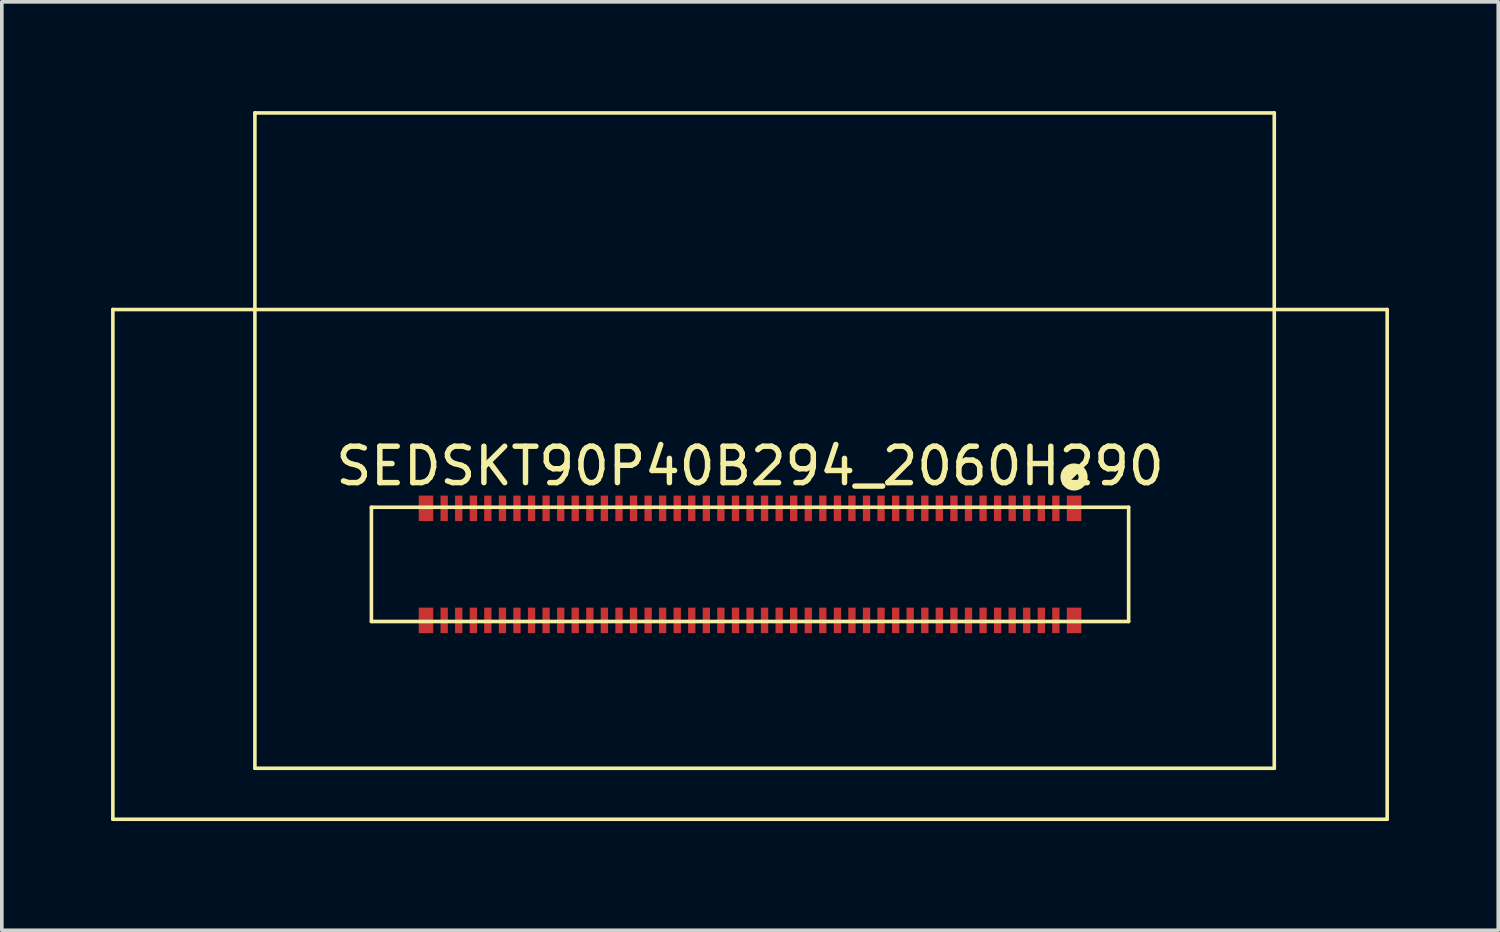
<source format=kicad_pcb>
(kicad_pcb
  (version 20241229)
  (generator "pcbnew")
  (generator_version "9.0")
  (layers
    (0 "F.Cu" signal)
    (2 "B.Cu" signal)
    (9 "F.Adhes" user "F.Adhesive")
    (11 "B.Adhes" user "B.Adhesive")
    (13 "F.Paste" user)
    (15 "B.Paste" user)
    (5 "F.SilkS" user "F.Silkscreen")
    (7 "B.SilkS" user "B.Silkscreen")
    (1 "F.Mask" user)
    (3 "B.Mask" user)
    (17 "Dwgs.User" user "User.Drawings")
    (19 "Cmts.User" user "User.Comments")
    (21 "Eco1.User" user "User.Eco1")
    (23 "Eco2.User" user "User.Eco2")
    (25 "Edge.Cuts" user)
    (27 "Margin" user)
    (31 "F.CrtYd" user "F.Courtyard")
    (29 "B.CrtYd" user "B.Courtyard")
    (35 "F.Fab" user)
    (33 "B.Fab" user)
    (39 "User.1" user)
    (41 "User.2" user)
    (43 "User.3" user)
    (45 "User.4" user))
  (footprint "SEDSKT90P40B294_2060H290"
    (layer "F.Cu")
    (at 17.55 9.751)
    (property "Reference" "SEDSKT90P40B294_2060H290" (at 0 0 0) (layer "F.SilkS") (effects (font (size 1 1) (thickness 0.15))))
    (fp_line (start -17.5 9.7) (end -17.5 -4.3) (stroke (width 0.099) (type default)) (layer "F.SilkS"))
    (fp_line (start -13.599 8.3) (end -13.599 -9.7) (stroke (width 0.099) (type default)) (layer "F.SilkS"))
    (fp_line (start -10.399 4.269) (end -10.399 1.131) (stroke (width 0.099) (type default)) (layer "F.SilkS"))
    (fp_line (start 10.399 1.131) (end -10.399 1.131) (stroke (width 0.099) (type default)) (layer "F.SilkS"))
    (fp_line (start 10.399 4.269) (end -10.399 4.269) (stroke (width 0.099) (type default)) (layer "F.SilkS"))
    (fp_line (start 10.399 4.269) (end 10.399 1.131) (stroke (width 0.099) (type default)) (layer "F.SilkS"))
    (fp_line (start 14.399 -9.7) (end -13.599 -9.7) (stroke (width 0.099) (type default)) (layer "F.SilkS"))
    (fp_line (start 14.399 -4.3) (end 14.399 -9.7) (stroke (width 0.099) (type default)) (layer "F.SilkS"))
    (fp_line (start 14.399 8.3) (end -13.599 8.3) (stroke (width 0.099) (type default)) (layer "F.SilkS"))
    (fp_line (start 14.399 8.3) (end 14.399 -4.3) (stroke (width 0.099) (type default)) (layer "F.SilkS"))
    (fp_line (start 17.5 -4.3) (end -17.5 -4.3) (stroke (width 0.099) (type default)) (layer "F.SilkS"))
    (fp_line (start 17.5 9.7) (end -17.5 9.7) (stroke (width 0.099) (type default)) (layer "F.SilkS"))
    (fp_line (start 17.5 9.7) (end 17.5 -4.3) (stroke (width 0.099) (type default)) (layer "F.SilkS"))
    (fp_circle (center 8.9 0.3) (end 9.149 0.3) (stroke (width 0.249) (type default)) (fill no) (layer "F.SilkS"))
    (fp_line (start -11.399 5.59) (end -11.399 -0.191) (stroke (width 0.025) (type default)) (layer "User.1"))
    (fp_line (start 11.399 -0.191) (end -11.399 -0.191) (stroke (width 0.025) (type default)) (layer "User.1"))
    (fp_line (start 11.399 5.59) (end -11.399 5.59) (stroke (width 0.025) (type default)) (layer "User.1"))
    (fp_line (start 11.399 5.59) (end 11.399 -0.191) (stroke (width 0.025) (type default)) (layer "User.1"))
    (fp_poly (pts (xy -10.399 1.131) (xy -10.399 4.269) (xy 10.399 4.269) (xy 10.399 1.131)) (stroke (width 0.1) (type default)) (fill no) (layer "User.1"))
    (fp_poly (pts (xy -10.399 1.131) (xy -10.399 4.269) (xy 10.399 4.269) (xy 10.399 1.131)) (stroke (width 0.1) (type default)) (fill no) (layer "User.1"))
    (fp_poly (pts (xy 14.399 -4.351) (xy 14.399 -9.7) (xy -13.599 -9.7) (xy -13.599 -4.351)) (stroke (width 0.1) (type default)) (fill no) (layer "User.1"))
    (fp_poly (pts (xy 14.399 -4.351) (xy 14.399 -9.7) (xy -13.599 -9.7) (xy -13.599 -4.351)) (stroke (width 0.1) (type default)) (fill no) (layer "User.1"))
    (fp_poly (pts (xy -17.5 9.7) (xy 17.5 9.7) (xy 17.5 -4.3) (xy -11.351 -4.3) (xy -11.351 -0.249) (xy 11.45 -0.249) (xy 11.45 5.649) (xy -11.45 5.649) (xy -11.45 -4.3) (xy -17.5 -4.3)) (stroke (width 0.1) (type default)) (fill no) (layer "User.1"))
    (fp_poly (pts (xy -17.5 9.7) (xy 17.5 9.7) (xy 17.5 -4.3) (xy -11.351 -4.3) (xy -11.351 -0.249) (xy 11.45 -0.249) (xy 11.45 5.649) (xy -11.45 5.649) (xy -11.45 -4.3) (xy -17.5 -4.3)) (stroke (width 0.1) (type default)) (fill no) (layer "User.1"))
    (fp_poly (pts (xy -11.399 -0.191) (xy -11.399 5.59) (xy 10.31 5.59) (xy 10.31 4.269) (xy -10.399 4.269) (xy -10.399 1.131) (xy 10.399 1.131) (xy 10.399 5.59) (xy 11.399 5.59) (xy 11.399 -0.191)) (stroke (width 0.1) (type default)) (fill no) (layer "User.1"))
    (fp_poly (pts (xy -11.399 -0.191) (xy -11.399 5.59) (xy 10.31 5.59) (xy 10.31 4.269) (xy -10.399 4.269) (xy -10.399 1.131) (xy 10.399 1.131) (xy 10.399 5.59) (xy 11.399 5.59) (xy 11.399 -0.191)) (stroke (width 0.1) (type default)) (fill no) (layer "User.1"))
    (pad "1" smd rect (at 8.9 1.161 90) (size 0.701 0.399) (layers "F.Cu" "F.Mask" "F.Paste"))
    (pad "2" smd rect (at 8.9 4.239 90) (size 0.701 0.399) (layers "F.Cu" "F.Mask" "F.Paste"))
    (pad "3" smd rect (at 8.4 1.161 90) (size 0.701 0.201) (layers "F.Cu" "F.Mask" "F.Paste"))
    (pad "4" smd rect (at 8.4 4.239 90) (size 0.701 0.201) (layers "F.Cu" "F.Mask" "F.Paste"))
    (pad "5" smd rect (at 8.001 1.161 90) (size 0.701 0.201) (layers "F.Cu" "F.Mask" "F.Paste"))
    (pad "6" smd rect (at 8.001 4.239 90) (size 0.701 0.201) (layers "F.Cu" "F.Mask" "F.Paste"))
    (pad "7" smd rect (at 7.599 1.161 90) (size 0.701 0.201) (layers "F.Cu" "F.Mask" "F.Paste"))
    (pad "8" smd rect (at 7.599 4.239 90) (size 0.701 0.201) (layers "F.Cu" "F.Mask" "F.Paste"))
    (pad "9" smd rect (at 7.201 1.161 90) (size 0.701 0.201) (layers "F.Cu" "F.Mask" "F.Paste"))
    (pad "10" smd rect (at 7.201 4.239 90) (size 0.701 0.201) (layers "F.Cu" "F.Mask" "F.Paste"))
    (pad "11" smd rect (at 6.8 1.161 90) (size 0.701 0.201) (layers "F.Cu" "F.Mask" "F.Paste"))
    (pad "12" smd rect (at 6.8 4.239 90) (size 0.701 0.201) (layers "F.Cu" "F.Mask" "F.Paste"))
    (pad "13" smd rect (at 6.401 1.161 90) (size 0.701 0.201) (layers "F.Cu" "F.Mask" "F.Paste"))
    (pad "14" smd rect (at 6.401 4.239 90) (size 0.701 0.201) (layers "F.Cu" "F.Mask" "F.Paste"))
    (pad "15" smd rect (at 6 1.161 90) (size 0.701 0.201) (layers "F.Cu" "F.Mask" "F.Paste"))
    (pad "16" smd rect (at 6 4.239 90) (size 0.701 0.201) (layers "F.Cu" "F.Mask" "F.Paste"))
    (pad "17" smd rect (at 5.601 1.161 90) (size 0.701 0.201) (layers "F.Cu" "F.Mask" "F.Paste"))
    (pad "18" smd rect (at 5.601 4.239 90) (size 0.701 0.201) (layers "F.Cu" "F.Mask" "F.Paste"))
    (pad "19" smd rect (at 5.199 1.161 90) (size 0.701 0.201) (layers "F.Cu" "F.Mask" "F.Paste"))
    (pad "20" smd rect (at 5.199 4.239 90) (size 0.701 0.201) (layers "F.Cu" "F.Mask" "F.Paste"))
    (pad "21" smd rect (at 4.801 1.161 90) (size 0.701 0.201) (layers "F.Cu" "F.Mask" "F.Paste"))
    (pad "22" smd rect (at 4.801 4.239 90) (size 0.701 0.201) (layers "F.Cu" "F.Mask" "F.Paste"))
    (pad "23" smd rect (at 4.399 1.161 90) (size 0.701 0.201) (layers "F.Cu" "F.Mask" "F.Paste"))
    (pad "24" smd rect (at 4.399 4.239 90) (size 0.701 0.201) (layers "F.Cu" "F.Mask" "F.Paste"))
    (pad "25" smd rect (at 4 1.161 90) (size 0.701 0.201) (layers "F.Cu" "F.Mask" "F.Paste"))
    (pad "26" smd rect (at 4 4.239 90) (size 0.701 0.201) (layers "F.Cu" "F.Mask" "F.Paste"))
    (pad "27" smd rect (at 3.599 1.161 90) (size 0.701 0.201) (layers "F.Cu" "F.Mask" "F.Paste"))
    (pad "28" smd rect (at 3.599 4.239 90) (size 0.701 0.201) (layers "F.Cu" "F.Mask" "F.Paste"))
    (pad "29" smd rect (at 3.2 1.161 90) (size 0.701 0.201) (layers "F.Cu" "F.Mask" "F.Paste"))
    (pad "30" smd rect (at 3.2 4.239 90) (size 0.701 0.201) (layers "F.Cu" "F.Mask" "F.Paste"))
    (pad "31" smd rect (at 2.799 1.161 90) (size 0.701 0.201) (layers "F.Cu" "F.Mask" "F.Paste"))
    (pad "32" smd rect (at 2.799 4.239 90) (size 0.701 0.201) (layers "F.Cu" "F.Mask" "F.Paste"))
    (pad "33" smd rect (at 2.401 1.161 90) (size 0.701 0.201) (layers "F.Cu" "F.Mask" "F.Paste"))
    (pad "34" smd rect (at 2.401 4.239 90) (size 0.701 0.201) (layers "F.Cu" "F.Mask" "F.Paste"))
    (pad "35" smd rect (at 1.999 1.161 90) (size 0.701 0.201) (layers "F.Cu" "F.Mask" "F.Paste"))
    (pad "36" smd rect (at 1.999 4.239 90) (size 0.701 0.201) (layers "F.Cu" "F.Mask" "F.Paste"))
    (pad "37" smd rect (at 1.6 1.161 90) (size 0.701 0.201) (layers "F.Cu" "F.Mask" "F.Paste"))
    (pad "38" smd rect (at 1.6 4.239 90) (size 0.701 0.201) (layers "F.Cu" "F.Mask" "F.Paste"))
    (pad "39" smd rect (at 1.199 1.161 90) (size 0.701 0.201) (layers "F.Cu" "F.Mask" "F.Paste"))
    (pad "40" smd rect (at 1.199 4.239 90) (size 0.701 0.201) (layers "F.Cu" "F.Mask" "F.Paste"))
    (pad "41" smd rect (at 0.8 1.161 90) (size 0.701 0.201) (layers "F.Cu" "F.Mask" "F.Paste"))
    (pad "42" smd rect (at 0.8 4.239 90) (size 0.701 0.201) (layers "F.Cu" "F.Mask" "F.Paste"))
    (pad "43" smd rect (at 0.399 1.161 90) (size 0.701 0.201) (layers "F.Cu" "F.Mask" "F.Paste"))
    (pad "44" smd rect (at 0.399 4.239 90) (size 0.701 0.201) (layers "F.Cu" "F.Mask" "F.Paste"))
    (pad "45" smd rect (at 0 1.161 90) (size 0.701 0.201) (layers "F.Cu" "F.Mask" "F.Paste"))
    (pad "46" smd rect (at 0 4.239 90) (size 0.701 0.201) (layers "F.Cu" "F.Mask" "F.Paste"))
    (pad "47" smd rect (at -0.399 1.161 90) (size 0.701 0.201) (layers "F.Cu" "F.Mask" "F.Paste"))
    (pad "48" smd rect (at -0.399 4.239 90) (size 0.701 0.201) (layers "F.Cu" "F.Mask" "F.Paste"))
    (pad "49" smd rect (at -0.8 1.161 90) (size 0.701 0.201) (layers "F.Cu" "F.Mask" "F.Paste"))
    (pad "50" smd rect (at -0.8 4.239 90) (size 0.701 0.201) (layers "F.Cu" "F.Mask" "F.Paste"))
    (pad "51" smd rect (at -1.199 1.161 90) (size 0.701 0.201) (layers "F.Cu" "F.Mask" "F.Paste"))
    (pad "52" smd rect (at -1.199 4.239 90) (size 0.701 0.201) (layers "F.Cu" "F.Mask" "F.Paste"))
    (pad "53" smd rect (at -1.6 1.161 90) (size 0.701 0.201) (layers "F.Cu" "F.Mask" "F.Paste"))
    (pad "54" smd rect (at -1.6 4.239 90) (size 0.701 0.201) (layers "F.Cu" "F.Mask" "F.Paste"))
    (pad "55" smd rect (at -1.999 1.161 90) (size 0.701 0.201) (layers "F.Cu" "F.Mask" "F.Paste"))
    (pad "56" smd rect (at -1.999 4.239 90) (size 0.701 0.201) (layers "F.Cu" "F.Mask" "F.Paste"))
    (pad "57" smd rect (at -2.401 1.161 90) (size 0.701 0.201) (layers "F.Cu" "F.Mask" "F.Paste"))
    (pad "58" smd rect (at -2.401 4.239 90) (size 0.701 0.201) (layers "F.Cu" "F.Mask" "F.Paste"))
    (pad "59" smd rect (at -2.799 1.161 90) (size 0.701 0.201) (layers "F.Cu" "F.Mask" "F.Paste"))
    (pad "60" smd rect (at -2.799 4.239 90) (size 0.701 0.201) (layers "F.Cu" "F.Mask" "F.Paste"))
    (pad "61" smd rect (at -3.2 1.161 90) (size 0.701 0.201) (layers "F.Cu" "F.Mask" "F.Paste"))
    (pad "62" smd rect (at -3.2 4.239 90) (size 0.701 0.201) (layers "F.Cu" "F.Mask" "F.Paste"))
    (pad "63" smd rect (at -3.599 1.161 90) (size 0.701 0.201) (layers "F.Cu" "F.Mask" "F.Paste"))
    (pad "64" smd rect (at -3.599 4.239 90) (size 0.701 0.201) (layers "F.Cu" "F.Mask" "F.Paste"))
    (pad "65" smd rect (at -4 1.161 90) (size 0.701 0.201) (layers "F.Cu" "F.Mask" "F.Paste"))
    (pad "66" smd rect (at -4 4.239 90) (size 0.701 0.201) (layers "F.Cu" "F.Mask" "F.Paste"))
    (pad "67" smd rect (at -4.399 1.161 90) (size 0.701 0.201) (layers "F.Cu" "F.Mask" "F.Paste"))
    (pad "68" smd rect (at -4.399 4.239 90) (size 0.701 0.201) (layers "F.Cu" "F.Mask" "F.Paste"))
    (pad "69" smd rect (at -4.801 1.161 90) (size 0.701 0.201) (layers "F.Cu" "F.Mask" "F.Paste"))
    (pad "70" smd rect (at -4.801 4.239 90) (size 0.701 0.201) (layers "F.Cu" "F.Mask" "F.Paste"))
    (pad "71" smd rect (at -5.199 1.161 90) (size 0.701 0.201) (layers "F.Cu" "F.Mask" "F.Paste"))
    (pad "72" smd rect (at -5.199 4.239 90) (size 0.701 0.201) (layers "F.Cu" "F.Mask" "F.Paste"))
    (pad "73" smd rect (at -5.601 1.161 90) (size 0.701 0.201) (layers "F.Cu" "F.Mask" "F.Paste"))
    (pad "74" smd rect (at -5.601 4.239 90) (size 0.701 0.201) (layers "F.Cu" "F.Mask" "F.Paste"))
    (pad "75" smd rect (at -6 1.161 90) (size 0.701 0.201) (layers "F.Cu" "F.Mask" "F.Paste"))
    (pad "76" smd rect (at -6 4.239 90) (size 0.701 0.201) (layers "F.Cu" "F.Mask" "F.Paste"))
    (pad "77" smd rect (at -6.401 1.161 90) (size 0.701 0.201) (layers "F.Cu" "F.Mask" "F.Paste"))
    (pad "78" smd rect (at -6.401 4.239 90) (size 0.701 0.201) (layers "F.Cu" "F.Mask" "F.Paste"))
    (pad "79" smd rect (at -6.8 1.161 90) (size 0.701 0.201) (layers "F.Cu" "F.Mask" "F.Paste"))
    (pad "80" smd rect (at -6.8 4.239 90) (size 0.701 0.201) (layers "F.Cu" "F.Mask" "F.Paste"))
    (pad "81" smd rect (at -7.201 1.161 90) (size 0.701 0.201) (layers "F.Cu" "F.Mask" "F.Paste"))
    (pad "82" smd rect (at -7.201 4.239 90) (size 0.701 0.201) (layers "F.Cu" "F.Mask" "F.Paste"))
    (pad "83" smd rect (at -7.599 1.161 90) (size 0.701 0.201) (layers "F.Cu" "F.Mask" "F.Paste"))
    (pad "84" smd rect (at -7.599 4.239 90) (size 0.701 0.201) (layers "F.Cu" "F.Mask" "F.Paste"))
    (pad "85" smd rect (at -8.001 1.161 90) (size 0.701 0.201) (layers "F.Cu" "F.Mask" "F.Paste"))
    (pad "86" smd rect (at -8.001 4.239 90) (size 0.701 0.201) (layers "F.Cu" "F.Mask" "F.Paste"))
    (pad "87" smd rect (at -8.4 1.161 90) (size 0.701 0.201) (layers "F.Cu" "F.Mask" "F.Paste"))
    (pad "88" smd rect (at -8.4 4.239 90) (size 0.701 0.201) (layers "F.Cu" "F.Mask" "F.Paste"))
    (pad "89" smd rect (at -8.9 1.161 90) (size 0.701 0.399) (layers "F.Cu" "F.Mask" "F.Paste"))
    (pad "90" smd rect (at -8.9 4.239 90) (size 0.701 0.399) (layers "F.Cu" "F.Mask" "F.Paste")))
  (gr_rect
    (start -3 -3)
    (end 38.101 22.501)
    (stroke (width 0.1) (type default))
    (fill no)
    (layer "Edge.Cuts")))
</source>
